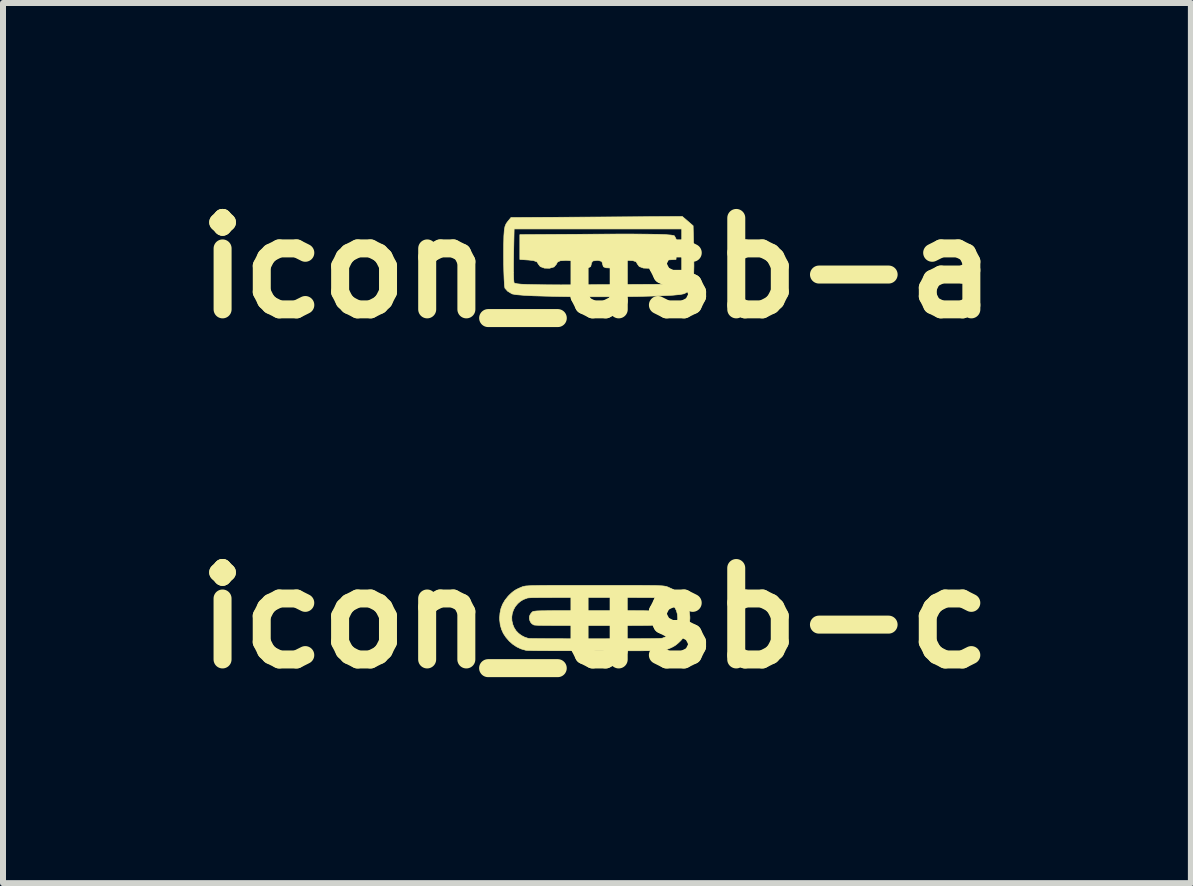
<source format=kicad_pcb>
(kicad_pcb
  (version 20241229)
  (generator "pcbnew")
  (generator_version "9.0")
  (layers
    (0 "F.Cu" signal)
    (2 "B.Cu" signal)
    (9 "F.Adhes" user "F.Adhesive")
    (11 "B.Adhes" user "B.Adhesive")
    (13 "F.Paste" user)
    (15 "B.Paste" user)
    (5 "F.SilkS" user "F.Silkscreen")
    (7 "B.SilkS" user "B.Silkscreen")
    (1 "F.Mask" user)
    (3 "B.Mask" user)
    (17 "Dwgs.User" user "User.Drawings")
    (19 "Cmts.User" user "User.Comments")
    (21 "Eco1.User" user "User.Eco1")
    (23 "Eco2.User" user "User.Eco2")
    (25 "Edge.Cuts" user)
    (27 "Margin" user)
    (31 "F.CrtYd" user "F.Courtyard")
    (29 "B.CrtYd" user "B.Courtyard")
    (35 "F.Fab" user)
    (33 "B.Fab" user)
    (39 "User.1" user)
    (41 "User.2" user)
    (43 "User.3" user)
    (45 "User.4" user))
  (footprint "icon_usb-a"
    (layer "F.Cu")
    (at 6.902 1.418)
    (property "Reference" "icon_usb-a" (at 0 0 0) (layer "F.SilkS") (effects (font (size 1.524 1.524) (thickness 0.3))))
    (attr through_hole)
    (fp_poly (pts (xy 1.513 -0.782) (xy 1.603 -0.704) (xy 1.614 -0.249) (xy 1.616 -0.034) (xy 1.612 0.126) (xy 1.598 0.242) (xy 1.572 0.323) (xy 1.533 0.378) (xy 1.477 0.416) (xy 1.446 0.43) (xy 1.384 0.442) (xy 1.268 0.453) (xy 1.105 0.461) (xy 0.905 0.468) (xy 0.674 0.474) (xy 0.422 0.477) (xy 0.158 0.479) (xy -0.111 0.479) (xy -0.376 0.478) (xy -0.629 0.474) (xy -0.861 0.469) (xy -1.064 0.463) (xy -1.229 0.454) (xy -1.349 0.444) (xy -1.413 0.432) (xy -1.416 0.431) (xy -1.49 0.386) (xy -1.534 0.336) (xy -1.535 0.334) (xy -1.542 0.285) (xy -1.548 0.185) (xy -1.553 0.046) (xy -1.555 -0.063) (xy -1.392 -0.063) (xy -1.392 0.077) (xy -1.389 0.182) (xy -1.384 0.24) (xy -1.383 0.245) (xy -1.368 0.255) (xy -1.329 0.263) (xy -1.262 0.27) (xy -1.16 0.275) (xy -1.019 0.278) (xy -0.835 0.28) (xy -0.602 0.281) (xy -0.315 0.28) (xy 0.023 0.278) (xy 1.413 0.27) (xy 1.413 -0.651) (xy -1.381 -0.651) (xy -1.39 -0.224) (xy -1.392 -0.063) (xy -1.555 -0.063) (xy -1.555 -0.119) (xy -1.556 -0.205) (xy -1.555 -0.395) (xy -1.552 -0.532) (xy -1.545 -0.627) (xy -1.534 -0.691) (xy -1.516 -0.735) (xy -1.495 -0.766) (xy -1.434 -0.841) (xy -0.006 -0.85) (xy 1.423 -0.859) (xy 1.513 -0.782)) (stroke (width 0.01) (type solid)) (fill yes) (layer "F.SilkS"))
    (fp_poly (pts (xy 0.84 -0.564) (xy 1.018 -0.561) (xy 1.148 -0.556) (xy 1.235 -0.549) (xy 1.282 -0.54) (xy 1.292 -0.535) (xy 1.32 -0.481) (xy 1.329 -0.377) (xy 1.327 -0.32) (xy 1.318 -0.143) (xy 1.154 -0.133) (xy 1.052 -0.123) (xy 0.998 -0.101) (xy 0.975 -0.062) (xy 0.934 -0.017) (xy 0.86 0.004) (xy 0.775 0.001) (xy 0.705 -0.025) (xy 0.676 -0.064) (xy 0.652 -0.105) (xy 0.598 -0.123) (xy 0.52 -0.127) (xy 0.432 -0.123) (xy 0.391 -0.104) (xy 0.381 -0.065) (xy 0.381 -0.064) (xy 0.372 -0.024) (xy 0.333 -0.005) (xy 0.248 -0.000025) (xy 0.238 0) (xy 0.149 -0.004) (xy 0.107 -0.021) (xy 0.095 -0.059) (xy 0.095 -0.064) (xy 0.08 -0.11) (xy 0.025 -0.126) (xy 0 -0.127) (xy -0.07 -0.117) (xy -0.094 -0.08) (xy -0.095 -0.064) (xy -0.105 -0.024) (xy -0.143 -0.005) (xy -0.228 -0.000025) (xy -0.238 0) (xy -0.327 -0.004) (xy -0.37 -0.021) (xy -0.381 -0.059) (xy -0.381 -0.064) (xy -0.391 -0.104) (xy -0.43 -0.122) (xy -0.516 -0.127) (xy -0.52 -0.127) (xy -0.612 -0.121) (xy -0.659 -0.099) (xy -0.676 -0.064) (xy -0.716 -0.018) (xy -0.791 0.004) (xy -0.875 0.002) (xy -0.945 -0.024) (xy -0.975 -0.062) (xy -1.001 -0.103) (xy -1.062 -0.125) (xy -1.138 -0.133) (xy -1.286 -0.143) (xy -1.286 -0.556) (xy -0.02 -0.564) (xy 0.325 -0.566) (xy 0.61 -0.566) (xy 0.84 -0.564)) (stroke (width 0.01) (type solid)) (fill yes) (layer "F.SilkS")))
  (footprint "icon_usb-c"
    (layer "F.Cu")
    (at 6.865 7.254)
    (property "Reference" "icon_usb-c" (at 0 0 0) (layer "F.SilkS") (effects (font (size 1.524 1.524) (thickness 0.3))))
    (attr through_hole)
    (fp_poly (pts (xy -0.193 -0.124) (xy -0.067 -0.124) (xy 0 -0.124) (xy 0.131 -0.124) (xy 0.251 -0.124) (xy 0.36 -0.124) (xy 0.457 -0.124) (xy 0.545 -0.124) (xy 0.623 -0.124) (xy 0.692 -0.123) (xy 0.753 -0.123) (xy 0.806 -0.123) (xy 0.852 -0.122) (xy 0.891 -0.121) (xy 0.924 -0.12) (xy 0.951 -0.119) (xy 0.974 -0.118) (xy 0.992 -0.116) (xy 1.007 -0.114) (xy 1.018 -0.112) (xy 1.027 -0.11) (xy 1.033 -0.107) (xy 1.038 -0.104) (xy 1.042 -0.101) (xy 1.046 -0.097) (xy 1.05 -0.093) (xy 1.052 -0.091) (xy 1.074 -0.063) (xy 1.086 -0.03) (xy 1.089 0.006) (xy 1.083 0.041) (xy 1.068 0.073) (xy 1.052 0.091) (xy 1.048 0.095) (xy 1.044 0.099) (xy 1.04 0.103) (xy 1.036 0.106) (xy 1.03 0.109) (xy 1.022 0.111) (xy 1.013 0.113) (xy 1 0.115) (xy 0.984 0.117) (xy 0.963 0.118) (xy 0.938 0.12) (xy 0.908 0.121) (xy 0.872 0.122) (xy 0.83 0.122) (xy 0.781 0.123) (xy 0.724 0.123) (xy 0.659 0.123) (xy 0.586 0.124) (xy 0.503 0.124) (xy 0.41 0.124) (xy 0.307 0.124) (xy 0.194 0.124) (xy 0.068 0.124) (xy -0.001 0.124) (xy -0.133 0.124) (xy -0.252 0.124) (xy -0.36 0.123) (xy -0.458 0.123) (xy -0.545 0.123) (xy -0.623 0.123) (xy -0.692 0.123) (xy -0.752 0.122) (xy -0.804 0.122) (xy -0.849 0.122) (xy -0.887 0.121) (xy -0.919 0.121) (xy -0.946 0.12) (xy -0.967 0.119) (xy -0.983 0.118) (xy -0.996 0.117) (xy -1.005 0.116) (xy -1.012 0.115) (xy -1.016 0.114) (xy -1.016 0.114) (xy -1.047 0.095) (xy -1.07 0.068) (xy -1.084 0.036) (xy -1.09 0.002) (xy -1.087 -0.033) (xy -1.073 -0.065) (xy -1.052 -0.091) (xy -1.048 -0.095) (xy -1.044 -0.099) (xy -1.04 -0.103) (xy -1.036 -0.106) (xy -1.03 -0.109) (xy -1.022 -0.111) (xy -1.013 -0.113) (xy -1 -0.115) (xy -0.983 -0.117) (xy -0.963 -0.119) (xy -0.938 -0.12) (xy -0.908 -0.121) (xy -0.872 -0.122) (xy -0.83 -0.122) (xy -0.78 -0.123) (xy -0.723 -0.123) (xy -0.658 -0.124) (xy -0.585 -0.124) (xy -0.502 -0.124) (xy -0.409 -0.124) (xy -0.306 -0.124) (xy -0.193 -0.124)) (stroke (width 0.01) (type solid)) (fill yes) (layer "F.SilkS"))
    (fp_poly (pts (xy -0.146 -0.545) (xy -0.006 -0.545) (xy 0 -0.545) (xy 0.14 -0.545) (xy 0.269 -0.545) (xy 0.386 -0.545) (xy 0.492 -0.545) (xy 0.588 -0.545) (xy 0.675 -0.545) (xy 0.753 -0.545) (xy 0.822 -0.544) (xy 0.883 -0.544) (xy 0.937 -0.543) (xy 0.984 -0.543) (xy 1.025 -0.542) (xy 1.061 -0.54) (xy 1.091 -0.539) (xy 1.116 -0.538) (xy 1.138 -0.536) (xy 1.156 -0.534) (xy 1.172 -0.531) (xy 1.185 -0.529) (xy 1.196 -0.526) (xy 1.206 -0.522) (xy 1.216 -0.519) (xy 1.226 -0.515) (xy 1.236 -0.51) (xy 1.247 -0.505) (xy 1.247 -0.505) (xy 1.293 -0.484) (xy 1.33 -0.463) (xy 1.365 -0.439) (xy 1.399 -0.409) (xy 1.425 -0.384) (xy 1.48 -0.321) (xy 1.524 -0.255) (xy 1.555 -0.185) (xy 1.576 -0.11) (xy 1.585 -0.03) (xy 1.586 0) (xy 1.58 0.082) (xy 1.564 0.159) (xy 1.536 0.231) (xy 1.497 0.298) (xy 1.446 0.362) (xy 1.425 0.384) (xy 1.388 0.419) (xy 1.354 0.447) (xy 1.319 0.47) (xy 1.279 0.491) (xy 1.247 0.505) (xy 1.236 0.51) (xy 1.226 0.514) (xy 1.216 0.518) (xy 1.207 0.522) (xy 1.197 0.525) (xy 1.186 0.528) (xy 1.173 0.531) (xy 1.157 0.534) (xy 1.139 0.536) (xy 1.118 0.537) (xy 1.092 0.539) (xy 1.063 0.54) (xy 1.028 0.541) (xy 0.987 0.542) (xy 0.94 0.543) (xy 0.887 0.544) (xy 0.826 0.544) (xy 0.757 0.545) (xy 0.68 0.545) (xy 0.594 0.545) (xy 0.499 0.545) (xy 0.393 0.545) (xy 0.277 0.545) (xy 0.149 0.545) (xy 0.01 0.545) (xy -0.004 0.545) (xy -0.144 0.545) (xy -0.272 0.544) (xy -0.389 0.544) (xy -0.495 0.544) (xy -0.59 0.544) (xy -0.676 0.544) (xy -0.753 0.544) (xy -0.821 0.543) (xy -0.881 0.543) (xy -0.934 0.543) (xy -0.979 0.542) (xy -1.018 0.542) (xy -1.05 0.541) (xy -1.078 0.54) (xy -1.1 0.54) (xy -1.118 0.539) (xy -1.133 0.538) (xy -1.144 0.537) (xy -1.152 0.536) (xy -1.155 0.535) (xy -1.231 0.513) (xy -1.302 0.479) (xy -1.369 0.434) (xy -1.425 0.384) (xy -1.48 0.321) (xy -1.524 0.255) (xy -1.555 0.185) (xy -1.576 0.11) (xy -1.585 0.03) (xy -1.586 0) (xy -1.585 -0.017) (xy -1.384 -0.017) (xy -1.381 0.045) (xy -1.366 0.108) (xy -1.344 0.161) (xy -1.313 0.21) (xy -1.272 0.253) (xy -1.223 0.29) (xy -1.169 0.318) (xy -1.112 0.337) (xy -1.091 0.34) (xy -1.081 0.341) (xy -1.059 0.341) (xy -1.027 0.342) (xy -0.984 0.342) (xy -0.931 0.343) (xy -0.869 0.343) (xy -0.799 0.344) (xy -0.72 0.344) (xy -0.635 0.344) (xy -0.543 0.344) (xy -0.446 0.345) (xy -0.343 0.345) (xy -0.236 0.345) (xy -0.124 0.345) (xy -0.01 0.345) (xy 0.022 0.345) (xy 0.157 0.345) (xy 0.281 0.344) (xy 0.394 0.344) (xy 0.496 0.344) (xy 0.587 0.344) (xy 0.669 0.344) (xy 0.743 0.344) (xy 0.807 0.343) (xy 0.864 0.343) (xy 0.913 0.343) (xy 0.956 0.342) (xy 0.992 0.342) (xy 1.023 0.341) (xy 1.048 0.341) (xy 1.069 0.34) (xy 1.086 0.339) (xy 1.099 0.338) (xy 1.11 0.337) (xy 1.118 0.336) (xy 1.125 0.335) (xy 1.13 0.333) (xy 1.134 0.332) (xy 1.19 0.309) (xy 1.239 0.28) (xy 1.282 0.244) (xy 1.283 0.242) (xy 1.325 0.192) (xy 1.356 0.137) (xy 1.375 0.077) (xy 1.383 0.013) (xy 1.383 0.000451) (xy 1.378 -0.064) (xy 1.361 -0.125) (xy 1.333 -0.18) (xy 1.296 -0.229) (xy 1.25 -0.272) (xy 1.195 -0.306) (xy 1.133 -0.332) (xy 1.13 -0.332) (xy 1.125 -0.334) (xy 1.119 -0.335) (xy 1.112 -0.336) (xy 1.103 -0.337) (xy 1.092 -0.338) (xy 1.078 -0.339) (xy 1.06 -0.34) (xy 1.038 -0.341) (xy 1.011 -0.341) (xy 0.979 -0.342) (xy 0.941 -0.342) (xy 0.897 -0.343) (xy 0.846 -0.343) (xy 0.788 -0.343) (xy 0.722 -0.343) (xy 0.647 -0.344) (xy 0.563 -0.344) (xy 0.469 -0.344) (xy 0.366 -0.344) (xy 0.251 -0.344) (xy 0.125 -0.344) (xy 0 -0.344) (xy -0.137 -0.344) (xy -0.262 -0.344) (xy -0.375 -0.344) (xy -0.478 -0.344) (xy -0.571 -0.344) (xy -0.654 -0.344) (xy -0.728 -0.343) (xy -0.794 -0.343) (xy -0.851 -0.343) (xy -0.902 -0.343) (xy -0.945 -0.342) (xy -0.982 -0.342) (xy -1.014 -0.341) (xy -1.04 -0.341) (xy -1.061 -0.34) (xy -1.079 -0.339) (xy -1.093 -0.338) (xy -1.104 -0.337) (xy -1.113 -0.336) (xy -1.12 -0.335) (xy -1.126 -0.334) (xy -1.13 -0.332) (xy -1.189 -0.31) (xy -1.239 -0.28) (xy -1.283 -0.242) (xy -1.325 -0.192) (xy -1.355 -0.137) (xy -1.375 -0.078) (xy -1.384 -0.017) (xy -1.585 -0.017) (xy -1.58 -0.082) (xy -1.564 -0.159) (xy -1.536 -0.231) (xy -1.497 -0.298) (xy -1.446 -0.362) (xy -1.425 -0.384) (xy -1.388 -0.419) (xy -1.354 -0.447) (xy -1.319 -0.47) (xy -1.279 -0.491) (xy -1.247 -0.505) (xy -1.236 -0.51) (xy -1.226 -0.514) (xy -1.216 -0.518) (xy -1.207 -0.522) (xy -1.197 -0.525) (xy -1.185 -0.528) (xy -1.172 -0.531) (xy -1.157 -0.534) (xy -1.139 -0.536) (xy -1.117 -0.537) (xy -1.092 -0.539) (xy -1.062 -0.54) (xy -1.027 -0.542) (xy -0.986 -0.542) (xy -0.939 -0.543) (xy -0.886 -0.544) (xy -0.825 -0.544) (xy -0.756 -0.545) (xy -0.678 -0.545) (xy -0.592 -0.545) (xy -0.496 -0.545) (xy -0.39 -0.545) (xy -0.274 -0.545) (xy -0.146 -0.545)) (stroke (width 0.01) (type solid)) (fill yes) (layer "F.SilkS")))
  (gr_rect
    (start -3 -3)
    (end 16.803 11.672)
    (stroke (width 0.1) (type default))
    (fill no)
    (layer "Edge.Cuts")))
</source>
